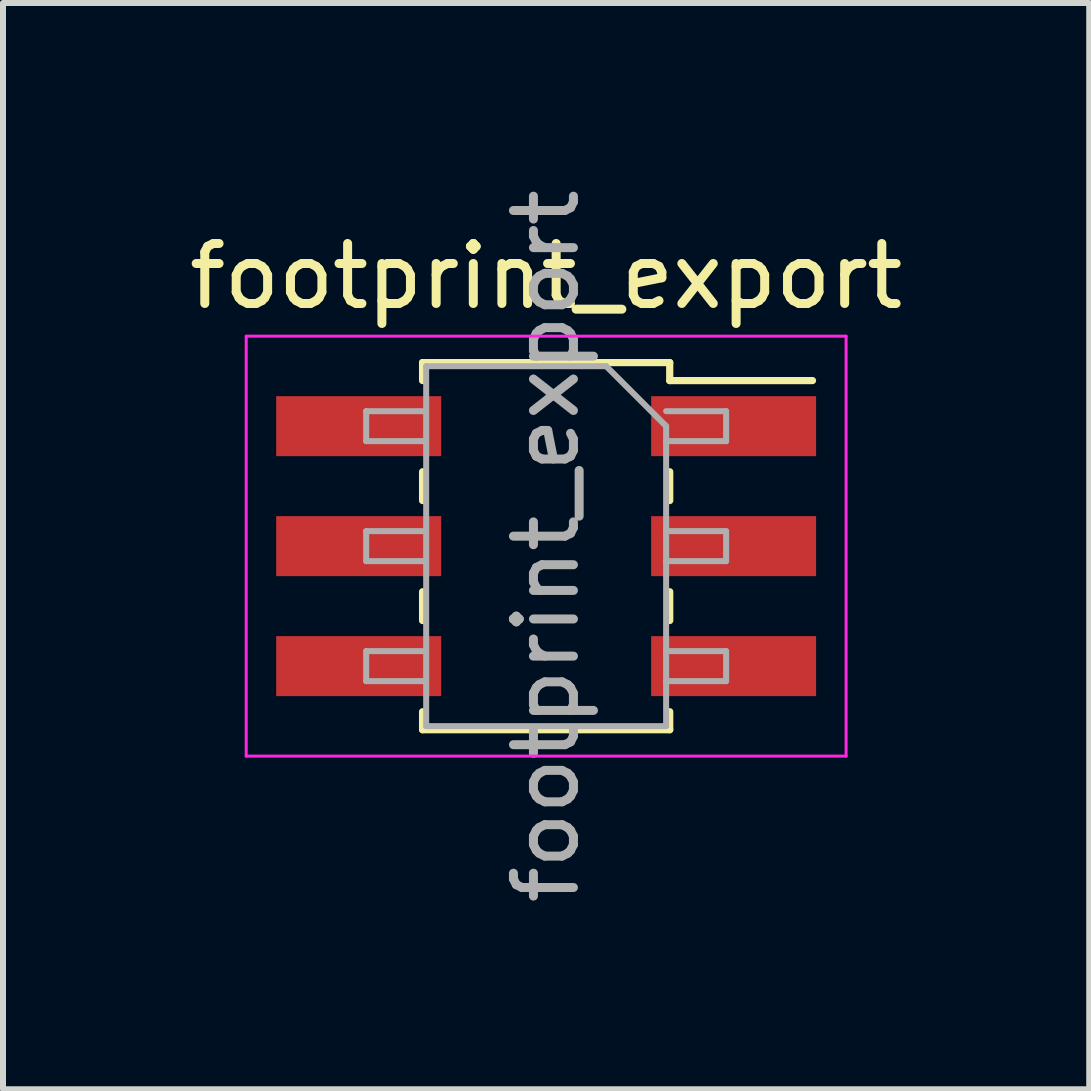
<source format=kicad_pcb>
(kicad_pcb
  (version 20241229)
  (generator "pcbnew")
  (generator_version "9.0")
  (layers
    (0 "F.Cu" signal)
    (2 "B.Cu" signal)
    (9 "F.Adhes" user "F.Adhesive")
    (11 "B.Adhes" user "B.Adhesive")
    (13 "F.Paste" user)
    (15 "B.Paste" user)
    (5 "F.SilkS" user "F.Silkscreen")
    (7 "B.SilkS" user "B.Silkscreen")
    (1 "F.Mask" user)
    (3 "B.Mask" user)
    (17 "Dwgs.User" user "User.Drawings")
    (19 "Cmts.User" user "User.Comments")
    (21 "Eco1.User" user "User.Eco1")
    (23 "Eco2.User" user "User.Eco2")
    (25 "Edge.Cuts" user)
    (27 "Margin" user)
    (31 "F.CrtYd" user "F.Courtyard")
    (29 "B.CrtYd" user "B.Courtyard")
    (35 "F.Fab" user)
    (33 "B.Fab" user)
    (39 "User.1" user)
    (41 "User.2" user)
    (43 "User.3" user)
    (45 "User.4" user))
  (footprint "footprint_export"
    (layer "F.Cu")
    (at 6.054 6.054)
    (property "Reference" "footprint_export" (at 0 -4.5 0) (layer "F.SilkS") (effects (font (size 1 1) (thickness 0.15))))
    (attr smd)
    (fp_line (start -2.06 -3.06) (end -2.06 -2.76) (stroke (width 0.12) (type solid)) (layer "F.SilkS"))
    (fp_line (start -2.06 -3.06) (end 2.06 -3.06) (stroke (width 0.12) (type solid)) (layer "F.SilkS"))
    (fp_line (start -2.06 -1.24) (end -2.06 -0.76) (stroke (width 0.12) (type solid)) (layer "F.SilkS"))
    (fp_line (start -2.06 0.76) (end -2.06 1.24) (stroke (width 0.12) (type solid)) (layer "F.SilkS"))
    (fp_line (start -2.06 2.76) (end -2.06 3.06) (stroke (width 0.12) (type solid)) (layer "F.SilkS"))
    (fp_line (start -2.06 3.06) (end 2.06 3.06) (stroke (width 0.12) (type solid)) (layer "F.SilkS"))
    (fp_line (start 2.06 -3.06) (end 2.06 -2.76) (stroke (width 0.12) (type solid)) (layer "F.SilkS"))
    (fp_line (start 2.06 -2.76) (end 4.44 -2.76) (stroke (width 0.12) (type solid)) (layer "F.SilkS"))
    (fp_line (start 2.06 -1.24) (end 2.06 -0.76) (stroke (width 0.12) (type solid)) (layer "F.SilkS"))
    (fp_line (start 2.06 0.76) (end 2.06 1.24) (stroke (width 0.12) (type solid)) (layer "F.SilkS"))
    (fp_line (start 2.06 2.76) (end 2.06 3.06) (stroke (width 0.12) (type solid)) (layer "F.SilkS"))
    (fp_line (start -5 -3.5) (end 5 -3.5) (stroke (width 0.05) (type solid)) (layer "F.CrtYd"))
    (fp_line (start -5 3.5) (end -5 -3.5) (stroke (width 0.05) (type solid)) (layer "F.CrtYd"))
    (fp_line (start 5 -3.5) (end 5 3.5) (stroke (width 0.05) (type solid)) (layer "F.CrtYd"))
    (fp_line (start 5 3.5) (end -5 3.5) (stroke (width 0.05) (type solid)) (layer "F.CrtYd"))
    (fp_line (start -3 -2.25) (end -2 -2.25) (stroke (width 0.1) (type solid)) (layer "F.Fab"))
    (fp_line (start -3 -1.75) (end -3 -2.25) (stroke (width 0.1) (type solid)) (layer "F.Fab"))
    (fp_line (start -3 -0.25) (end -2 -0.25) (stroke (width 0.1) (type solid)) (layer "F.Fab"))
    (fp_line (start -3 0.25) (end -3 -0.25) (stroke (width 0.1) (type solid)) (layer "F.Fab"))
    (fp_line (start -3 1.75) (end -2 1.75) (stroke (width 0.1) (type solid)) (layer "F.Fab"))
    (fp_line (start -3 2.25) (end -3 1.75) (stroke (width 0.1) (type solid)) (layer "F.Fab"))
    (fp_line (start -2 -3) (end 1 -3) (stroke (width 0.1) (type solid)) (layer "F.Fab"))
    (fp_line (start -2 -1.75) (end -3 -1.75) (stroke (width 0.1) (type solid)) (layer "F.Fab"))
    (fp_line (start -2 0.25) (end -3 0.25) (stroke (width 0.1) (type solid)) (layer "F.Fab"))
    (fp_line (start -2 2.25) (end -3 2.25) (stroke (width 0.1) (type solid)) (layer "F.Fab"))
    (fp_line (start -2 3) (end -2 -3) (stroke (width 0.1) (type solid)) (layer "F.Fab"))
    (fp_line (start 1 -3) (end 2 -2) (stroke (width 0.1) (type solid)) (layer "F.Fab"))
    (fp_line (start 2 -2.25) (end 3 -2.25) (stroke (width 0.1) (type solid)) (layer "F.Fab"))
    (fp_line (start 2 -2) (end 2 3) (stroke (width 0.1) (type solid)) (layer "F.Fab"))
    (fp_line (start 2 -0.25) (end 3 -0.25) (stroke (width 0.1) (type solid)) (layer "F.Fab"))
    (fp_line (start 2 1.75) (end 3 1.75) (stroke (width 0.1) (type solid)) (layer "F.Fab"))
    (fp_line (start 2 3) (end -2 3) (stroke (width 0.1) (type solid)) (layer "F.Fab"))
    (fp_line (start 3 -2.25) (end 3 -1.75) (stroke (width 0.1) (type solid)) (layer "F.Fab"))
    (fp_line (start 3 -1.75) (end 2 -1.75) (stroke (width 0.1) (type solid)) (layer "F.Fab"))
    (fp_line (start 3 -0.25) (end 3 0.25) (stroke (width 0.1) (type solid)) (layer "F.Fab"))
    (fp_line (start 3 0.25) (end 2 0.25) (stroke (width 0.1) (type solid)) (layer "F.Fab"))
    (fp_line (start 3 1.75) (end 3 2.25) (stroke (width 0.1) (type solid)) (layer "F.Fab"))
    (fp_line (start 3 2.25) (end 2 2.25) (stroke (width 0.1) (type solid)) (layer "F.Fab"))
    (fp_text user "${REFERENCE}" (at 0 0 90) (layer "F.Fab") (effects (font (size 1 1) (thickness 0.15))))
    (pad "1" smd rect (at 3.125 -2) (size 2.75 1) (layers "F.Cu" "F.Mask" "F.Paste"))
    (pad "2" smd rect (at -3.125 -2) (size 2.75 1) (layers "F.Cu" "F.Mask" "F.Paste"))
    (pad "3" smd rect (at 3.125 0) (size 2.75 1) (layers "F.Cu" "F.Mask" "F.Paste"))
    (pad "4" smd rect (at -3.125 0) (size 2.75 1) (layers "F.Cu" "F.Mask" "F.Paste"))
    (pad "5" smd rect (at 3.125 2) (size 2.75 1) (layers "F.Cu" "F.Mask" "F.Paste"))
    (pad "6" smd rect (at -3.125 2) (size 2.75 1) (layers "F.Cu" "F.Mask" "F.Paste")))
  (gr_rect
    (start -3 -3)
    (end 15.107 15.107)
    (stroke (width 0.1) (type default))
    (fill no)
    (layer "Edge.Cuts")))
</source>
